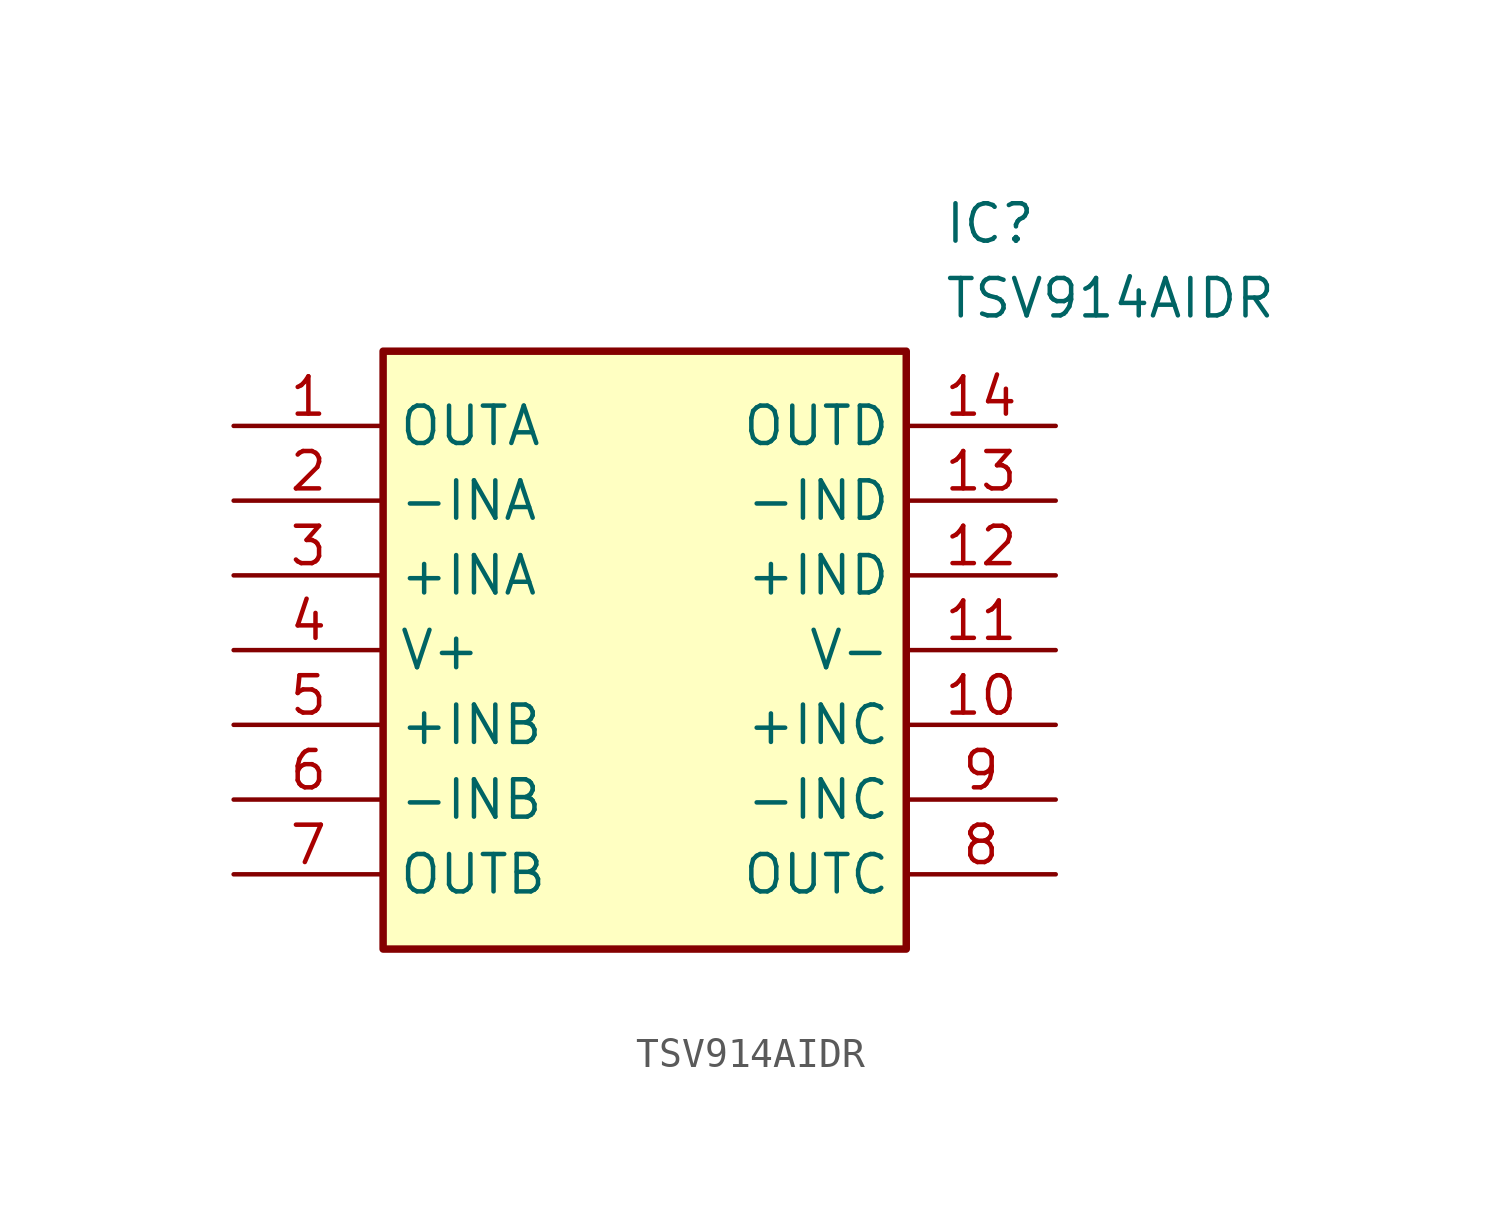
<source format=kicad_sym>
(kicad_symbol_lib
  (version 20211014)
  (generator SamacSys_ECAD_Model)
  (symbol "TSV914AIDR"
    (property "Reference" "IC"
      (at 24.13 7.62 0)
      (effects (font (size 1.27 1.27)) (justify left top)))
    (property "Value" "TSV914AIDR"
      (at 24.13 5.08 0)
      (effects (font (size 1.27 1.27)) (justify left top)))
    (rectangle
      (start 5.08 2.54)
      (end 22.86 -17.78)
      (stroke (width 0.254) (type default))
      (fill (type background)))
    (pin output line
      (at 0 0 0)
      (length 5.08)
      (name "OUTA" (effects (font (size 1.27 1.27))))
      (number "1" (effects (font (size 1.27 1.27)))))
    (pin input line
      (at 0 -2.54 0)
      (length 5.08)
      (name "-INA" (effects (font (size 1.27 1.27))))
      (number "2" (effects (font (size 1.27 1.27)))))
    (pin input line
      (at 0 -5.08 0)
      (length 5.08)
      (name "+INA" (effects (font (size 1.27 1.27))))
      (number "3" (effects (font (size 1.27 1.27)))))
    (pin power_in line
      (at 0 -7.62 0)
      (length 5.08)
      (name "V+" (effects (font (size 1.27 1.27))))
      (number "4" (effects (font (size 1.27 1.27)))))
    (pin input line
      (at 0 -10.16 0)
      (length 5.08)
      (name "+INB" (effects (font (size 1.27 1.27))))
      (number "5" (effects (font (size 1.27 1.27)))))
    (pin input line
      (at 0 -12.7 0)
      (length 5.08)
      (name "-INB" (effects (font (size 1.27 1.27))))
      (number "6" (effects (font (size 1.27 1.27)))))
    (pin output line
      (at 0 -15.24 0)
      (length 5.08)
      (name "OUTB" (effects (font (size 1.27 1.27))))
      (number "7" (effects (font (size 1.27 1.27)))))
    (pin output line
      (at 27.94 0 180)
      (length 5.08)
      (name "OUTD" (effects (font (size 1.27 1.27))))
      (number "14" (effects (font (size 1.27 1.27)))))
    (pin input line
      (at 27.94 -2.54 180)
      (length 5.08)
      (name "-IND" (effects (font (size 1.27 1.27))))
      (number "13" (effects (font (size 1.27 1.27)))))
    (pin input line
      (at 27.94 -5.08 180)
      (length 5.08)
      (name "+IND" (effects (font (size 1.27 1.27))))
      (number "12" (effects (font (size 1.27 1.27)))))
    (pin power_in line
      (at 27.94 -7.62 180)
      (length 5.08)
      (name "V-" (effects (font (size 1.27 1.27))))
      (number "11" (effects (font (size 1.27 1.27)))))
    (pin input line
      (at 27.94 -10.16 180)
      (length 5.08)
      (name "+INC" (effects (font (size 1.27 1.27))))
      (number "10" (effects (font (size 1.27 1.27)))))
    (pin input line
      (at 27.94 -12.7 180)
      (length 5.08)
      (name "-INC" (effects (font (size 1.27 1.27))))
      (number "9" (effects (font (size 1.27 1.27)))))
    (pin output line
      (at 27.94 -15.24 180)
      (length 5.08)
      (name "OUTC" (effects (font (size 1.27 1.27))))
      (number "8" (effects (font (size 1.27 1.27)))))))
</source>
